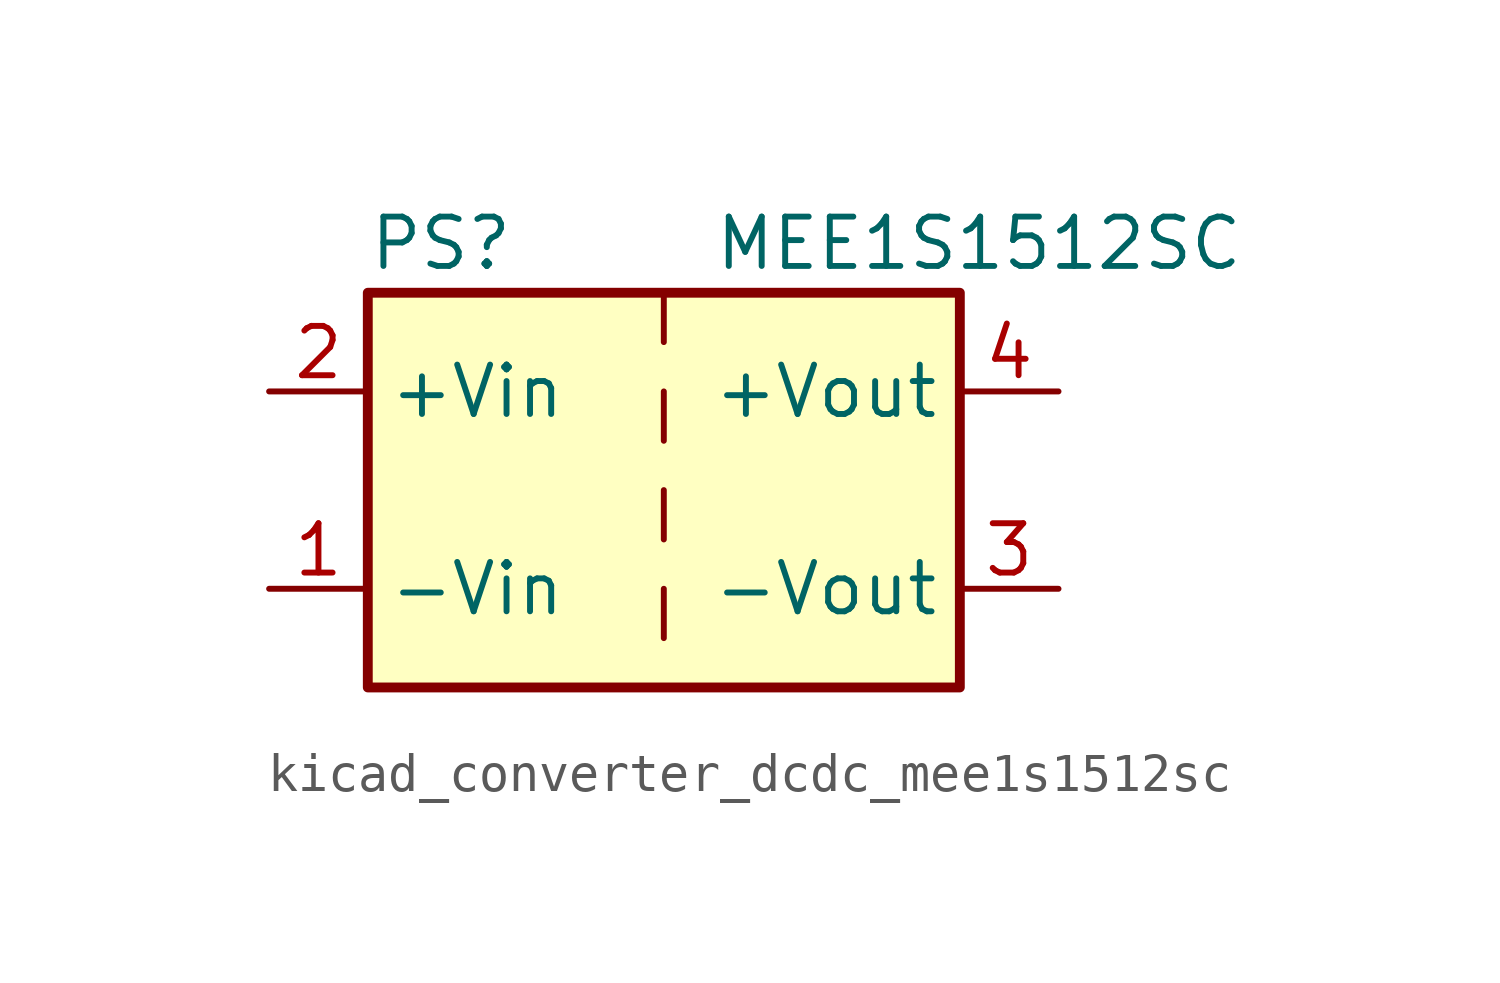
<source format=kicad_sym>
(kicad_symbol_lib
  (version 20220914)
  (generator kicad_symbol_editor)
  (symbol "kicad_converter_dcdc_mee1s1512sc"
    (property "Reference" "PS"
      (at -7.62 6.35 0)
      (effects (font (size 1.27 1.27)) (justify left)))
    (property "Value" "MEE1S1512SC"
      (at 1.27 6.35 0)
      (effects (font (size 1.27 1.27)) (justify left)))
    (symbol "kicad_converter_dcdc_mee1s1512sc_0_0"
      (pin power_in line (at -10.16 -2.54 0) (length 2.54) (name "-Vin" (effects (font (size 1.27 1.27)))) (number "1" (effects (font (size 1.27 1.27)))))
      (pin power_in line (at -10.16 2.54 0) (length 2.54) (name "+Vin" (effects (font (size 1.27 1.27)))) (number "2" (effects (font (size 1.27 1.27)))))
      (pin power_out line (at 10.16 -2.54 180) (length 2.54) (name "-Vout" (effects (font (size 1.27 1.27)))) (number "3" (effects (font (size 1.27 1.27)))))
      (pin power_out line (at 10.16 2.54 180) (length 2.54) (name "+Vout" (effects (font (size 1.27 1.27)))) (number "4" (effects (font (size 1.27 1.27))))))
    (symbol "kicad_converter_dcdc_mee1s1512sc_0_1"
      (rectangle (start -7.62 5.08) (end 7.62 -5.08) (stroke (width 0.254) (type default)) (fill (type background)))
      (polyline (pts (xy 0 -2.54) (xy 0 -3.81)) (stroke (width 0) (type default)) (fill (type none)))
      (polyline (pts (xy 0 0) (xy 0 -1.27)) (stroke (width 0) (type default)) (fill (type none)))
      (polyline (pts (xy 0 2.54) (xy 0 1.27)) (stroke (width 0) (type default)) (fill (type none)))
      (polyline (pts (xy 0 5.08) (xy 0 3.81)) (stroke (width 0) (type default)) (fill (type none))))))
</source>
